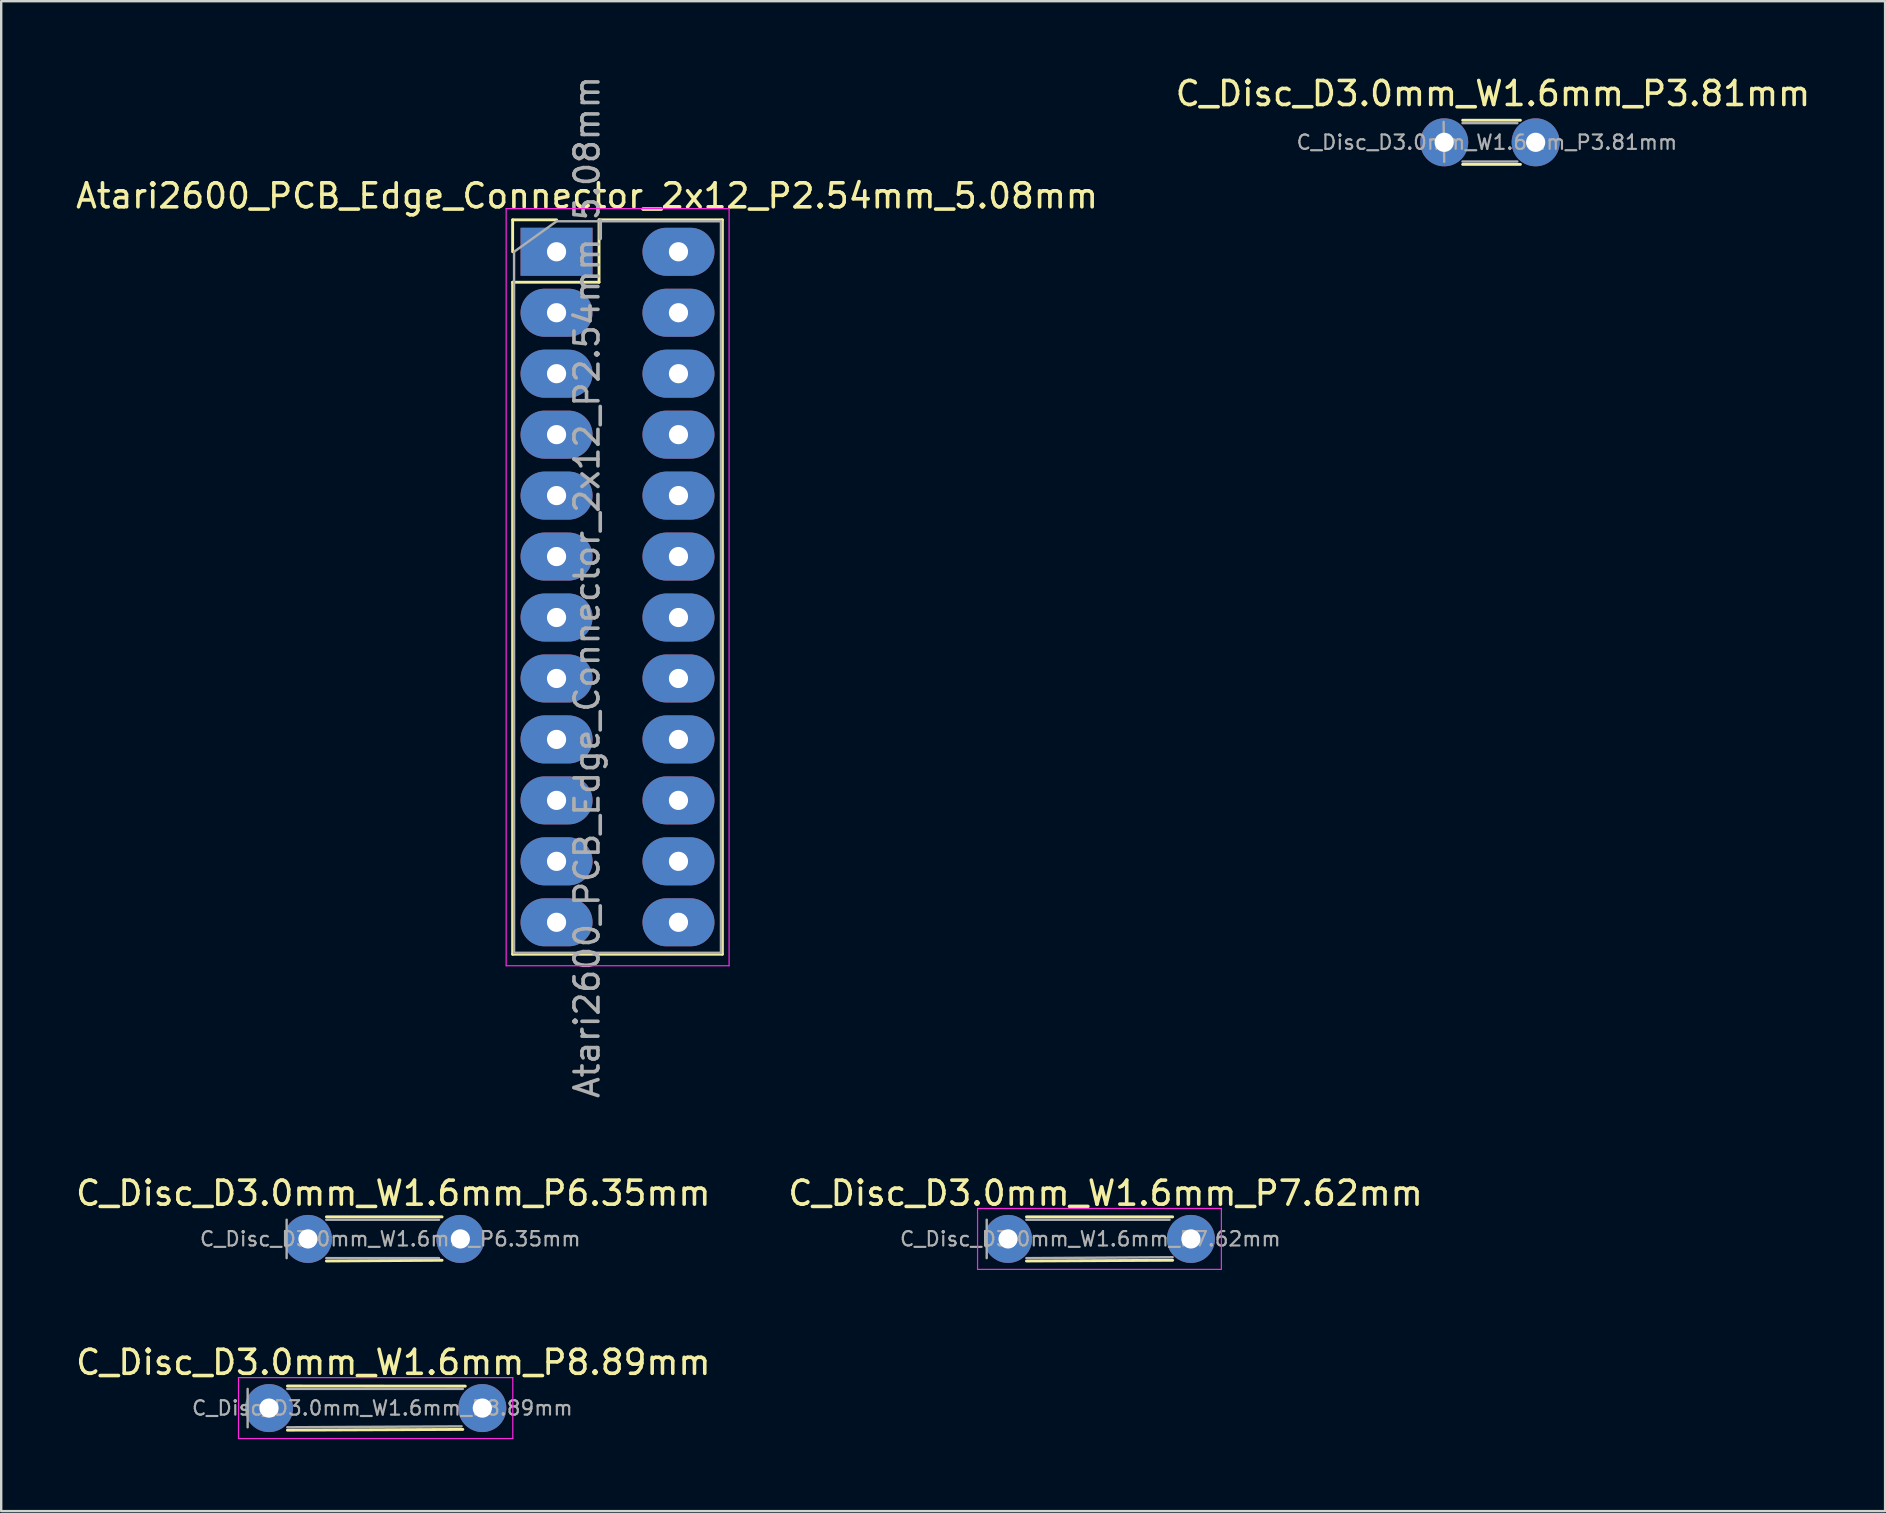
<source format=kicad_pcb>
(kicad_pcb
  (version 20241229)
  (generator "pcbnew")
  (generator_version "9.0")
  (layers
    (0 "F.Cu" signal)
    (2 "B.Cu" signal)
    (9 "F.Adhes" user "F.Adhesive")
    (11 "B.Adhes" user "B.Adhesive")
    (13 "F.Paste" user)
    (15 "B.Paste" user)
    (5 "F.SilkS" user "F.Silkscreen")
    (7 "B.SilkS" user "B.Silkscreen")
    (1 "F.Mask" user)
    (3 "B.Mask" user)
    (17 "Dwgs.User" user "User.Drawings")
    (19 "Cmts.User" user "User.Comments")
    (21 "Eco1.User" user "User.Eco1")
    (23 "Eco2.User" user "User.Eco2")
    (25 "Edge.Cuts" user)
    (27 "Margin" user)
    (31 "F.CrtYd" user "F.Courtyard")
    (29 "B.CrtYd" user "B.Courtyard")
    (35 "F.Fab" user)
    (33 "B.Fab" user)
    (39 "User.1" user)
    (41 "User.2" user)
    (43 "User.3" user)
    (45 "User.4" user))
  (footprint "C_Disc_D3.0mm_W1.6mm_P7.62mm"
    (layer "F.Cu")
    (at 38.954 48.575)
    (property "Reference" "C_Disc_D3.0mm_W1.6mm_P7.62mm" (at 4.064 -1.905 0) (layer "F.SilkS") (effects (font (size 1 1) (thickness 0.15))))
    (attr through_hole)
    (fp_line (start 0.768 -0.92) (end 6.858 -0.92) (stroke (width 0.12) (type solid)) (layer "F.SilkS"))
    (fp_line (start 0.768 0.92) (end 6.858 0.889) (stroke (width 0.12) (type solid)) (layer "F.SilkS"))
    (fp_line (start -1.27 -1.27) (end -1.27 1.27) (stroke (width 0.05) (type solid)) (layer "F.CrtYd"))
    (fp_line (start -1.27 1.27) (end 8.89 1.27) (stroke (width 0.05) (type solid)) (layer "F.CrtYd"))
    (fp_line (start 8.89 -1.27) (end -1.27 -1.27) (stroke (width 0.05) (type solid)) (layer "F.CrtYd"))
    (fp_line (start 8.89 1.27) (end 8.89 -1.27) (stroke (width 0.05) (type solid)) (layer "F.CrtYd"))
    (fp_line (start -0.889 -0.8) (end -0.889 0.8) (stroke (width 0.1) (type solid)) (layer "F.Fab"))
    (fp_line (start 0.762 0.8) (end 6.858 0.762) (stroke (width 0.1) (type solid)) (layer "F.Fab"))
    (fp_line (start 6.731 -0.8) (end 0.762 -0.8) (stroke (width 0.1) (type solid)) (layer "F.Fab"))
    (fp_text user "${REFERENCE}" (at 3.429 0 0) (layer "F.Fab") (effects (font (size 0.6 0.6) (thickness 0.09))))
    (pad "1" thru_hole circle (at 0 0) (size 2 2) (drill 0.8) (layers "*.Cu" "*.Mask"))
    (pad "2" thru_hole circle (at 7.62 0) (size 2 2) (drill 0.8) (layers "*.Cu" "*.Mask")))
  (footprint "C_Disc_D3.0mm_W1.6mm_P3.81mm"
    (layer "F.Cu")
    (at 57.129 2.88)
    (property "Reference" "C_Disc_D3.0mm_W1.6mm_P3.81mm" (at 2.032 -2.032 0) (layer "F.SilkS") (effects (font (size 1 1) (thickness 0.15))))
    (attr through_hole)
    (fp_line (start 0.768 -0.92) (end 3.175 -0.92) (stroke (width 0.12) (type solid)) (layer "F.SilkS"))
    (fp_line (start 0.768 0.92) (end 3.175 0.92) (stroke (width 0.12) (type solid)) (layer "F.SilkS"))
    (fp_line (start -0.025 -0.851) (end 0 0.813) (stroke (width 0.1) (type solid)) (layer "F.Fab"))
    (fp_line (start 0.762 0.8) (end 3.048 0.8) (stroke (width 0.1) (type solid)) (layer "F.Fab"))
    (fp_line (start 3.048 -0.8) (end 0.762 -0.8) (stroke (width 0.1) (type solid)) (layer "F.Fab"))
    (fp_text user "${REFERENCE}" (at 1.778 0 0) (layer "F.Fab") (effects (font (size 0.6 0.6) (thickness 0.09))))
    (pad "1" thru_hole circle (at 0 0) (size 2 2) (drill 0.8) (layers "*.Cu" "*.Mask"))
    (pad "2" thru_hole circle (at 3.81 0) (size 2 2) (drill 0.8) (layers "*.Cu" "*.Mask")))
  (footprint "C_Disc_D3.0mm_W1.6mm_P8.89mm"
    (layer "F.Cu")
    (at 8.158 55.623)
    (property "Reference" "C_Disc_D3.0mm_W1.6mm_P8.89mm" (at 5.182 -1.905 0) (layer "F.SilkS") (effects (font (size 1 1) (thickness 0.15))))
    (attr through_hole)
    (fp_line (start 0.768 -0.92) (end 8.179 -0.914) (stroke (width 0.12) (type solid)) (layer "F.SilkS"))
    (fp_line (start 0.768 0.92) (end 8.077 0.889) (stroke (width 0.12) (type solid)) (layer "F.SilkS"))
    (fp_line (start -1.27 -1.27) (end -1.27 1.27) (stroke (width 0.05) (type solid)) (layer "F.CrtYd"))
    (fp_line (start -1.27 1.27) (end 10.16 1.27) (stroke (width 0.05) (type solid)) (layer "F.CrtYd"))
    (fp_line (start 10.16 -1.27) (end -1.27 -1.27) (stroke (width 0.05) (type solid)) (layer "F.CrtYd"))
    (fp_line (start 10.16 1.27) (end 10.16 -1.27) (stroke (width 0.05) (type solid)) (layer "F.CrtYd"))
    (fp_line (start -0.889 -0.8) (end -0.889 0.8) (stroke (width 0.1) (type solid)) (layer "F.Fab"))
    (fp_line (start 0.762 0.8) (end 8.026 0.762) (stroke (width 0.1) (type solid)) (layer "F.Fab"))
    (fp_line (start 8.077 -0.8) (end 0.762 -0.8) (stroke (width 0.1) (type solid)) (layer "F.Fab"))
    (fp_text user "${REFERENCE}" (at 4.724 0 0) (layer "F.Fab") (effects (font (size 0.6 0.6) (thickness 0.09))))
    (pad "1" thru_hole circle (at 0 0) (size 2 2) (drill 0.8) (layers "*.Cu" "*.Mask"))
    (pad "2" thru_hole circle (at 8.89 0) (size 2 2) (drill 0.8) (layers "*.Cu" "*.Mask")))
  (footprint "Atari2600_PCB_Edge_Connector_2x12_P2.54mm_5.08mm"
    (layer "F.Cu")
    (at 20.141 7.441)
    (property "Reference" "Atari2600_PCB_Edge_Connector_2x12_P2.54mm_5.08mm" (at 1.27 -2.33 0) (layer "F.SilkS") (effects (font (size 1 1) (thickness 0.15))))
    (attr through_hole)
    (fp_line (start -1.83 -1.33) (end 0 -1.33) (stroke (width 0.12) (type solid)) (layer "F.SilkS"))
    (fp_line (start -1.83 0) (end -1.83 -1.33) (stroke (width 0.12) (type solid)) (layer "F.SilkS"))
    (fp_line (start -1.83 1.27) (end -1.83 29.27) (stroke (width 0.12) (type solid)) (layer "F.SilkS"))
    (fp_line (start -1.83 1.27) (end 1.77 1.27) (stroke (width 0.12) (type solid)) (layer "F.SilkS"))
    (fp_line (start -1.83 29.27) (end 6.91 29.27) (stroke (width 0.12) (type solid)) (layer "F.SilkS"))
    (fp_line (start 1.77 -1.33) (end 6.91 -1.33) (stroke (width 0.12) (type solid)) (layer "F.SilkS"))
    (fp_line (start 1.77 1.27) (end 1.77 -1.33) (stroke (width 0.12) (type solid)) (layer "F.SilkS"))
    (fp_line (start 6.91 -1.33) (end 6.91 29.27) (stroke (width 0.12) (type solid)) (layer "F.SilkS"))
    (fp_line (start -2.1 -1.8) (end -2.1 29.75) (stroke (width 0.05) (type solid)) (layer "F.CrtYd"))
    (fp_line (start -2.1 29.75) (end 7.19 29.75) (stroke (width 0.05) (type solid)) (layer "F.CrtYd"))
    (fp_line (start 7.19 -1.8) (end -2.1 -1.8) (stroke (width 0.05) (type solid)) (layer "F.CrtYd"))
    (fp_line (start 7.19 29.75) (end 7.19 -1.8) (stroke (width 0.05) (type solid)) (layer "F.CrtYd"))
    (fp_line (start -1.77 0) (end 0 -1.27) (stroke (width 0.1) (type solid)) (layer "F.Fab"))
    (fp_line (start -1.77 29.21) (end -1.77 0) (stroke (width 0.1) (type solid)) (layer "F.Fab"))
    (fp_line (start 0 -1.27) (end 6.85 -1.27) (stroke (width 0.1) (type solid)) (layer "F.Fab"))
    (fp_line (start 6.85 -1.27) (end 6.85 29.21) (stroke (width 0.1) (type solid)) (layer "F.Fab"))
    (fp_line (start 6.85 29.21) (end -1.77 29.21) (stroke (width 0.1) (type solid)) (layer "F.Fab"))
    (fp_text user "${REFERENCE}" (at 1.27 13.97 90) (layer "F.Fab") (effects (font (size 1 1) (thickness 0.15))))
    (pad "1" thru_hole rect (at 0 0) (size 3 2) (drill 0.8) (layers "*.Cu" "*.Mask"))
    (pad "2" thru_hole oval (at 0 2.54) (size 3 2) (drill 0.8) (layers "*.Cu" "*.Mask"))
    (pad "3" thru_hole oval (at 0 5.08) (size 3 2) (drill 0.8) (layers "*.Cu" "*.Mask"))
    (pad "4" thru_hole oval (at 0 7.62) (size 3 2) (drill 0.8) (layers "*.Cu" "*.Mask"))
    (pad "5" thru_hole oval (at 0 10.16) (size 3 2) (drill 0.8) (layers "*.Cu" "*.Mask"))
    (pad "6" thru_hole oval (at 0 12.7) (size 3 2) (drill 0.8) (layers "*.Cu" "*.Mask"))
    (pad "7" thru_hole oval (at 0 15.24) (size 3 2) (drill 0.8) (layers "*.Cu" "*.Mask"))
    (pad "8" thru_hole oval (at 0 17.78) (size 3 2) (drill 0.8) (layers "*.Cu" "*.Mask"))
    (pad "9" thru_hole oval (at 0 20.32) (size 3 2) (drill 0.8) (layers "*.Cu" "*.Mask"))
    (pad "10" thru_hole oval (at 0 22.86) (size 3 2) (drill 0.8) (layers "*.Cu" "*.Mask"))
    (pad "11" thru_hole oval (at 0 25.4) (size 3 2) (drill 0.8) (layers "*.Cu" "*.Mask"))
    (pad "12" thru_hole oval (at 0 27.94) (size 3 2) (drill 0.8) (layers "*.Cu" "*.Mask"))
    (pad "13" thru_hole oval (at 5.08 27.94) (size 3 2) (drill 0.8) (layers "*.Cu" "*.Mask"))
    (pad "14" thru_hole oval (at 5.08 25.4) (size 3 2) (drill 0.8) (layers "*.Cu" "*.Mask"))
    (pad "15" thru_hole oval (at 5.08 22.86) (size 3 2) (drill 0.8) (layers "*.Cu" "*.Mask"))
    (pad "16" thru_hole oval (at 5.08 20.32) (size 3 2) (drill 0.8) (layers "*.Cu" "*.Mask"))
    (pad "17" thru_hole oval (at 5.08 17.78) (size 3 2) (drill 0.8) (layers "*.Cu" "*.Mask"))
    (pad "18" thru_hole oval (at 5.08 15.24) (size 3 2) (drill 0.8) (layers "*.Cu" "*.Mask"))
    (pad "19" thru_hole oval (at 5.08 12.7) (size 3 2) (drill 0.8) (layers "*.Cu" "*.Mask"))
    (pad "20" thru_hole oval (at 5.08 10.16) (size 3 2) (drill 0.8) (layers "*.Cu" "*.Mask"))
    (pad "21" thru_hole oval (at 5.08 7.62) (size 3 2) (drill 0.8) (layers "*.Cu" "*.Mask"))
    (pad "22" thru_hole oval (at 5.08 5.08) (size 3 2) (drill 0.8) (layers "*.Cu" "*.Mask"))
    (pad "23" thru_hole oval (at 5.08 2.54) (size 3 2) (drill 0.8) (layers "*.Cu" "*.Mask"))
    (pad "24" thru_hole oval (at 5.08 0) (size 3 2) (drill 0.8) (layers "*.Cu" "*.Mask")))
  (footprint "C_Disc_D3.0mm_W1.6mm_P6.35mm"
    (layer "F.Cu")
    (at 9.783 48.575)
    (property "Reference" "C_Disc_D3.0mm_W1.6mm_P6.35mm" (at 3.556 -1.905 0) (layer "F.SilkS") (effects (font (size 1 1) (thickness 0.15))))
    (attr through_hole)
    (fp_line (start 0.768 -0.92) (end 5.588 -0.92) (stroke (width 0.12) (type solid)) (layer "F.SilkS"))
    (fp_line (start 0.768 0.92) (end 5.588 0.889) (stroke (width 0.12) (type solid)) (layer "F.SilkS"))
    (fp_line (start -0.889 -0.8) (end -0.889 0.8) (stroke (width 0.1) (type solid)) (layer "F.Fab"))
    (fp_line (start 0.762 0.8) (end 5.461 0.8) (stroke (width 0.1) (type solid)) (layer "F.Fab"))
    (fp_line (start 5.461 -0.8) (end 0.762 -0.8) (stroke (width 0.1) (type solid)) (layer "F.Fab"))
    (fp_text user "${REFERENCE}" (at 3.429 0 0) (layer "F.Fab") (effects (font (size 0.6 0.6) (thickness 0.09))))
    (pad "1" thru_hole circle (at 0 0) (size 2 2) (drill 0.8) (layers "*.Cu" "*.Mask"))
    (pad "2" thru_hole circle (at 6.35 0) (size 2 2) (drill 0.8) (layers "*.Cu" "*.Mask")))
  (gr_rect
    (start -3 -3)
    (end 75.5 59.918)
    (stroke (width 0.1) (type default))
    (fill no)
    (layer "Edge.Cuts")))
</source>
